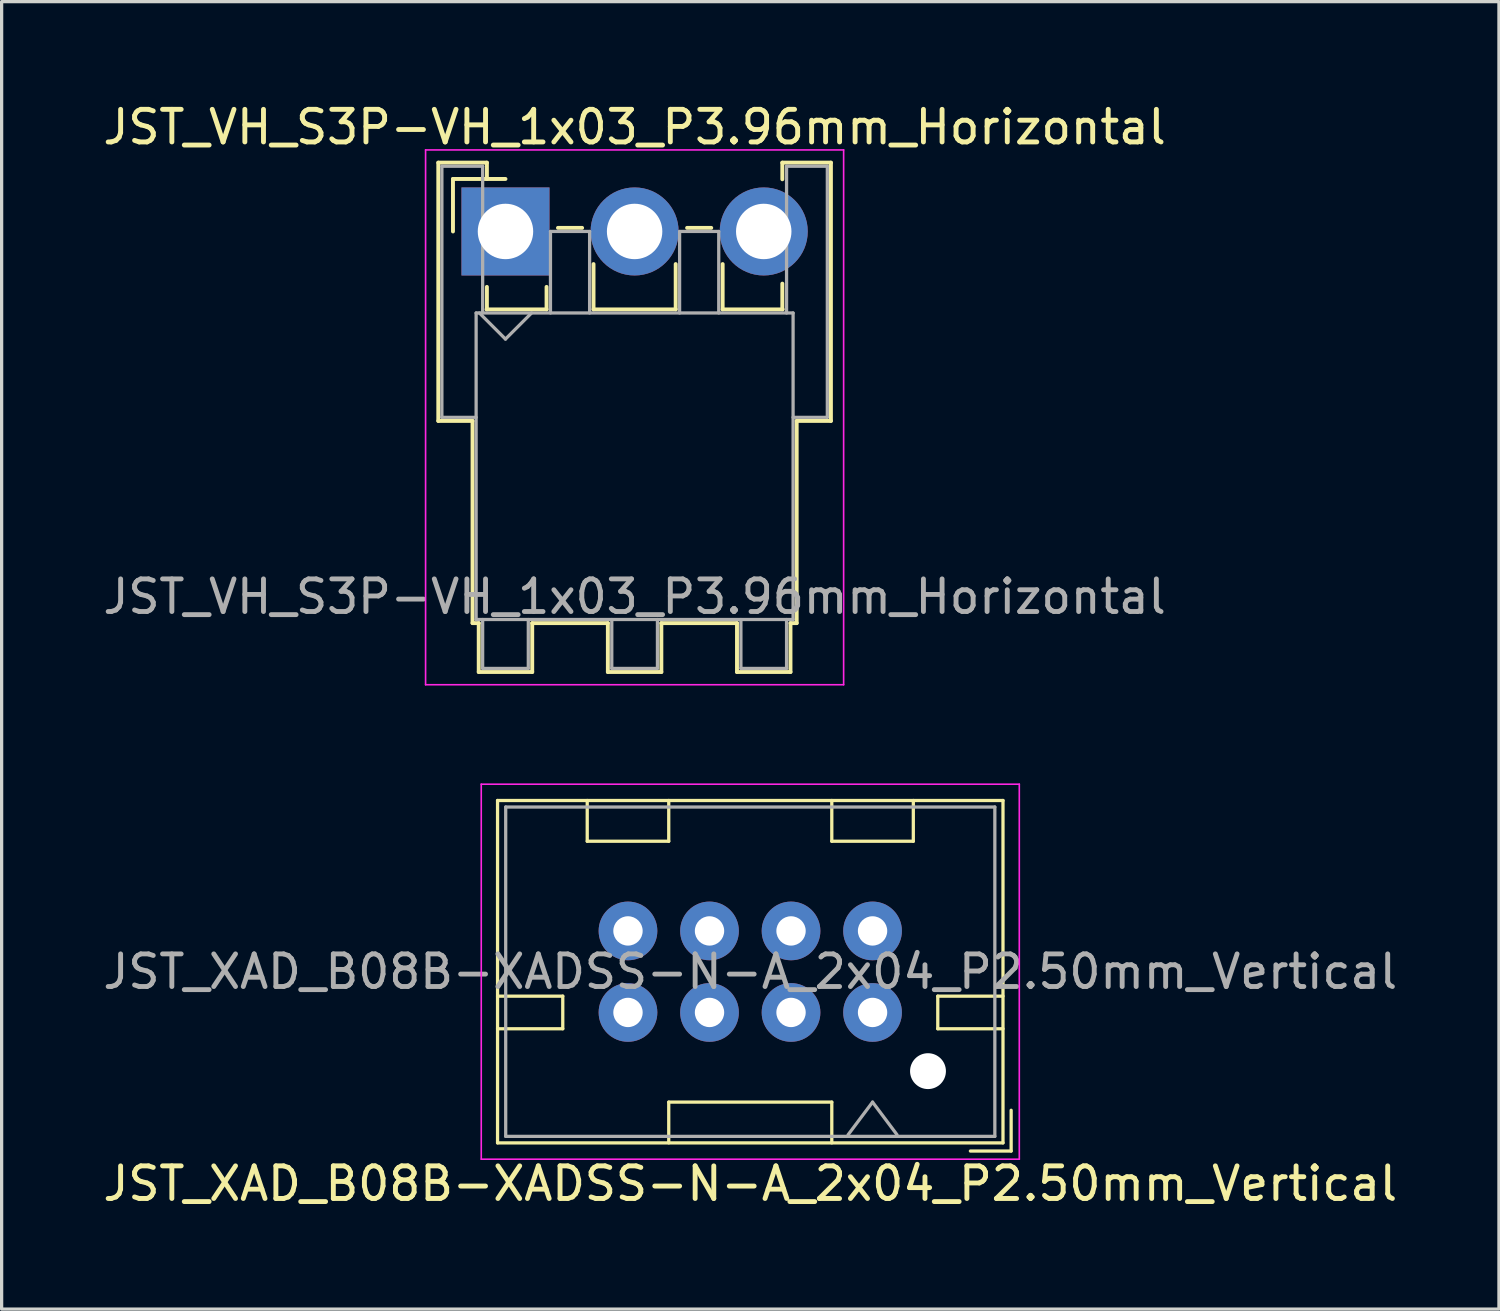
<source format=kicad_pcb>
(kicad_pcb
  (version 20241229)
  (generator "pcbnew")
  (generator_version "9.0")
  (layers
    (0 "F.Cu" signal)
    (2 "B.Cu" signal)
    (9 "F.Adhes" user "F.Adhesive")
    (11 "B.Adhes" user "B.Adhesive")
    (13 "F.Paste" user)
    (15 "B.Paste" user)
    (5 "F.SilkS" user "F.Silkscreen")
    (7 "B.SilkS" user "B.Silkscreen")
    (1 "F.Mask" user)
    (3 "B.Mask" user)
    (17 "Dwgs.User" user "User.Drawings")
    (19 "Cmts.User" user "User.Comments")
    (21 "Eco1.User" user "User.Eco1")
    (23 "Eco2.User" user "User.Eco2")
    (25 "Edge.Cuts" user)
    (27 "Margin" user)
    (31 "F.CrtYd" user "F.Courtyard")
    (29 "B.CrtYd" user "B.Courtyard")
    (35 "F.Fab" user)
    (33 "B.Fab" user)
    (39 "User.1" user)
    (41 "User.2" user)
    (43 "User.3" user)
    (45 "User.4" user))
  (footprint "JST_VH_S3P-VH_1x03_P3.96mm_Horizontal"
    (layer "F.Cu")
    (at 12.451 4.048)
    (property "Reference" "JST_VH_S3P-VH_1x03_P3.96mm_Horizontal" (at 3.96 -3.2 0) (layer "F.SilkS") (effects (font (size 1 1) (thickness 0.15))))
    (attr through_hole)
    (fp_line (start -2.06 -2.11) (end -0.57 -2.11) (stroke (width 0.12) (type solid)) (layer "F.SilkS"))
    (fp_line (start -2.06 5.81) (end -2.06 -2.11) (stroke (width 0.12) (type solid)) (layer "F.SilkS"))
    (fp_line (start -1.61 -1.61) (end -1.61 0) (stroke (width 0.12) (type solid)) (layer "F.SilkS"))
    (fp_line (start -1.01 5.81) (end -2.06 5.81) (stroke (width 0.12) (type solid)) (layer "F.SilkS"))
    (fp_line (start -1.01 5.81) (end -1.01 12.01) (stroke (width 0.12) (type solid)) (layer "F.SilkS"))
    (fp_line (start -1.01 12.01) (end -0.82 12.01) (stroke (width 0.12) (type solid)) (layer "F.SilkS"))
    (fp_line (start -0.82 12.01) (end -0.82 13.51) (stroke (width 0.12) (type solid)) (layer "F.SilkS"))
    (fp_line (start -0.82 13.51) (end 0.82 13.51) (stroke (width 0.12) (type solid)) (layer "F.SilkS"))
    (fp_line (start -0.58 2.39) (end 1.26 2.39) (stroke (width 0.12) (type solid)) (layer "F.SilkS"))
    (fp_line (start -0.57 -2.11) (end -0.57 -1.61) (stroke (width 0.12) (type solid)) (layer "F.SilkS"))
    (fp_line (start -0.57 1.7) (end -0.57 2.39) (stroke (width 0.12) (type solid)) (layer "F.SilkS"))
    (fp_line (start 0 -1.61) (end -1.61 -1.61) (stroke (width 0.12) (type solid)) (layer "F.SilkS"))
    (fp_line (start 0.82 12.01) (end 3.14 12.01) (stroke (width 0.12) (type solid)) (layer "F.SilkS"))
    (fp_line (start 0.82 13.51) (end 0.82 12.01) (stroke (width 0.12) (type solid)) (layer "F.SilkS"))
    (fp_line (start 1.26 2.39) (end 1.26 1.7) (stroke (width 0.12) (type solid)) (layer "F.SilkS"))
    (fp_line (start 1.61 -0.11) (end 2.35 -0.11) (stroke (width 0.12) (type solid)) (layer "F.SilkS"))
    (fp_line (start 2.7 1) (end 2.7 2.39) (stroke (width 0.12) (type solid)) (layer "F.SilkS"))
    (fp_line (start 2.7 2.39) (end 5.22 2.39) (stroke (width 0.12) (type solid)) (layer "F.SilkS"))
    (fp_line (start 3.14 12.01) (end 3.14 13.51) (stroke (width 0.12) (type solid)) (layer "F.SilkS"))
    (fp_line (start 3.14 13.51) (end 4.78 13.51) (stroke (width 0.12) (type solid)) (layer "F.SilkS"))
    (fp_line (start 4.78 12.01) (end 7.1 12.01) (stroke (width 0.12) (type solid)) (layer "F.SilkS"))
    (fp_line (start 4.78 13.51) (end 4.78 12.01) (stroke (width 0.12) (type solid)) (layer "F.SilkS"))
    (fp_line (start 5.22 2.39) (end 5.22 1) (stroke (width 0.12) (type solid)) (layer "F.SilkS"))
    (fp_line (start 5.57 -0.11) (end 6.31 -0.11) (stroke (width 0.12) (type solid)) (layer "F.SilkS"))
    (fp_line (start 6.66 1) (end 6.66 2.39) (stroke (width 0.12) (type solid)) (layer "F.SilkS"))
    (fp_line (start 6.66 2.39) (end 8.5 2.39) (stroke (width 0.12) (type solid)) (layer "F.SilkS"))
    (fp_line (start 7.1 12.01) (end 7.1 13.51) (stroke (width 0.12) (type solid)) (layer "F.SilkS"))
    (fp_line (start 7.1 13.51) (end 8.74 13.51) (stroke (width 0.12) (type solid)) (layer "F.SilkS"))
    (fp_line (start 8.49 -2.11) (end 9.98 -2.11) (stroke (width 0.12) (type solid)) (layer "F.SilkS"))
    (fp_line (start 8.49 -1.6) (end 8.49 -2.11) (stroke (width 0.12) (type solid)) (layer "F.SilkS"))
    (fp_line (start 8.49 2.39) (end 8.49 1.6) (stroke (width 0.12) (type solid)) (layer "F.SilkS"))
    (fp_line (start 8.74 12.01) (end 8.93 12.01) (stroke (width 0.12) (type solid)) (layer "F.SilkS"))
    (fp_line (start 8.74 13.51) (end 8.74 12.01) (stroke (width 0.12) (type solid)) (layer "F.SilkS"))
    (fp_line (start 8.93 12.01) (end 8.93 5.81) (stroke (width 0.12) (type solid)) (layer "F.SilkS"))
    (fp_line (start 9.98 -2.11) (end 9.98 5.81) (stroke (width 0.12) (type solid)) (layer "F.SilkS"))
    (fp_line (start 9.98 5.81) (end 8.93 5.81) (stroke (width 0.12) (type solid)) (layer "F.SilkS"))
    (fp_line (start -2.45 -2.5) (end -2.45 13.9) (stroke (width 0.05) (type solid)) (layer "F.CrtYd"))
    (fp_line (start -2.45 13.9) (end 10.37 13.9) (stroke (width 0.05) (type solid)) (layer "F.CrtYd"))
    (fp_line (start 10.37 -2.5) (end -2.45 -2.5) (stroke (width 0.05) (type solid)) (layer "F.CrtYd"))
    (fp_line (start 10.37 13.9) (end 10.37 -2.5) (stroke (width 0.05) (type solid)) (layer "F.CrtYd"))
    (fp_line (start -1.95 -2) (end -0.7 -2) (stroke (width 0.1) (type solid)) (layer "F.Fab"))
    (fp_line (start -1.95 5.7) (end -1.95 -2) (stroke (width 0.1) (type solid)) (layer "F.Fab"))
    (fp_line (start -0.9 2.5) (end -0.9 11.9) (stroke (width 0.1) (type solid)) (layer "F.Fab"))
    (fp_line (start -0.9 5.7) (end -1.95 5.7) (stroke (width 0.1) (type solid)) (layer "F.Fab"))
    (fp_line (start -0.9 11.9) (end 8.82 11.9) (stroke (width 0.1) (type solid)) (layer "F.Fab"))
    (fp_line (start -0.8 2.5) (end 0 3.3) (stroke (width 0.1) (type solid)) (layer "F.Fab"))
    (fp_line (start -0.7 -2) (end -0.7 2.5) (stroke (width 0.1) (type solid)) (layer "F.Fab"))
    (fp_line (start -0.7 11.9) (end -0.7 13.4) (stroke (width 0.1) (type solid)) (layer "F.Fab"))
    (fp_line (start -0.7 13.4) (end 0.7 13.4) (stroke (width 0.1) (type solid)) (layer "F.Fab"))
    (fp_line (start 0 3.3) (end 0.8 2.5) (stroke (width 0.1) (type solid)) (layer "F.Fab"))
    (fp_line (start 0.7 13.4) (end 0.7 11.9) (stroke (width 0.1) (type solid)) (layer "F.Fab"))
    (fp_line (start 1.38 0) (end 2.58 0) (stroke (width 0.1) (type solid)) (layer "F.Fab"))
    (fp_line (start 1.38 2.5) (end 1.38 0) (stroke (width 0.1) (type solid)) (layer "F.Fab"))
    (fp_line (start 2.58 0) (end 2.58 2.5) (stroke (width 0.1) (type solid)) (layer "F.Fab"))
    (fp_line (start 3.26 11.9) (end 3.26 13.4) (stroke (width 0.1) (type solid)) (layer "F.Fab"))
    (fp_line (start 3.26 13.4) (end 4.66 13.4) (stroke (width 0.1) (type solid)) (layer "F.Fab"))
    (fp_line (start 4.66 13.4) (end 4.66 11.9) (stroke (width 0.1) (type solid)) (layer "F.Fab"))
    (fp_line (start 5.34 0) (end 6.54 0) (stroke (width 0.1) (type solid)) (layer "F.Fab"))
    (fp_line (start 5.34 2.5) (end 5.34 0) (stroke (width 0.1) (type solid)) (layer "F.Fab"))
    (fp_line (start 6.54 0) (end 6.54 2.5) (stroke (width 0.1) (type solid)) (layer "F.Fab"))
    (fp_line (start 7.22 11.9) (end 7.22 13.4) (stroke (width 0.1) (type solid)) (layer "F.Fab"))
    (fp_line (start 7.22 13.4) (end 8.62 13.4) (stroke (width 0.1) (type solid)) (layer "F.Fab"))
    (fp_line (start 8.62 -2) (end 9.87 -2) (stroke (width 0.1) (type solid)) (layer "F.Fab"))
    (fp_line (start 8.62 2.5) (end 8.62 -2) (stroke (width 0.1) (type solid)) (layer "F.Fab"))
    (fp_line (start 8.62 13.4) (end 8.62 11.9) (stroke (width 0.1) (type solid)) (layer "F.Fab"))
    (fp_line (start 8.82 2.5) (end -0.9 2.5) (stroke (width 0.1) (type solid)) (layer "F.Fab"))
    (fp_line (start 8.82 11.9) (end 8.82 2.5) (stroke (width 0.1) (type solid)) (layer "F.Fab"))
    (fp_line (start 9.87 -2) (end 9.87 5.7) (stroke (width 0.1) (type solid)) (layer "F.Fab"))
    (fp_line (start 9.87 5.7) (end 8.82 5.7) (stroke (width 0.1) (type solid)) (layer "F.Fab"))
    (fp_text user "${REFERENCE}" (at 3.96 11.2 0) (layer "F.Fab") (effects (font (size 1 1) (thickness 0.15))))
    (pad "1" thru_hole rect (at 0 0) (size 2.7 2.7) (drill 1.7) (layers "*.Cu" "*.Mask"))
    (pad "2" thru_hole circle (at 3.96 0) (size 2.7 2.7) (drill 1.7) (layers "*.Cu" "*.Mask"))
    (pad "3" thru_hole circle (at 7.92 0) (size 2.7 2.7) (drill 1.7) (layers "*.Cu" "*.Mask")))
  (footprint "JST_XAD_B08B-XADSS-N-A_2x04_P2.50mm_Vertical"
    (layer "F.Cu")
    (at 23.708 27.998)
    (property "Reference" "JST_XAD_B08B-XADSS-N-A_2x04_P2.50mm_Vertical" (at -3.75 5.25 0) (layer "F.SilkS") (effects (font (size 1 1) (thickness 0.15))))
    (attr through_hole)
    (fp_line (start -11.5 -6.5) (end -11.5 4) (stroke (width 0.1) (type solid)) (layer "F.SilkS"))
    (fp_line (start -11.5 0.5) (end -9.5 0.5) (stroke (width 0.1) (type solid)) (layer "F.SilkS"))
    (fp_line (start -11.5 4) (end 4 4) (stroke (width 0.1) (type solid)) (layer "F.SilkS"))
    (fp_line (start -9.5 -0.5) (end -11.5 -0.5) (stroke (width 0.1) (type solid)) (layer "F.SilkS"))
    (fp_line (start -9.5 0.5) (end -9.5 -0.5) (stroke (width 0.1) (type solid)) (layer "F.SilkS"))
    (fp_line (start -8.75 -5.25) (end -8.75 -6.5) (stroke (width 0.1) (type solid)) (layer "F.SilkS"))
    (fp_line (start -6.25 -6.5) (end -6.25 -5.25) (stroke (width 0.1) (type solid)) (layer "F.SilkS"))
    (fp_line (start -6.25 -5.25) (end -8.75 -5.25) (stroke (width 0.1) (type solid)) (layer "F.SilkS"))
    (fp_line (start -6.25 2.75) (end -1.25 2.75) (stroke (width 0.1) (type solid)) (layer "F.SilkS"))
    (fp_line (start -6.25 4) (end -6.25 2.75) (stroke (width 0.1) (type solid)) (layer "F.SilkS"))
    (fp_line (start -1.25 -6.5) (end -1.25 -5.25) (stroke (width 0.1) (type solid)) (layer "F.SilkS"))
    (fp_line (start -1.25 -5.25) (end 1.25 -5.25) (stroke (width 0.1) (type solid)) (layer "F.SilkS"))
    (fp_line (start -1.25 2.75) (end -1.25 4) (stroke (width 0.1) (type solid)) (layer "F.SilkS"))
    (fp_line (start 1.25 -5.25) (end 1.25 -6.5) (stroke (width 0.1) (type solid)) (layer "F.SilkS"))
    (fp_line (start 2 -0.5) (end 4 -0.5) (stroke (width 0.1) (type solid)) (layer "F.SilkS"))
    (fp_line (start 2 0.5) (end 2 -0.5) (stroke (width 0.1) (type solid)) (layer "F.SilkS"))
    (fp_line (start 3 4.25) (end 4.25 4.25) (stroke (width 0.1) (type solid)) (layer "F.SilkS"))
    (fp_line (start 4 -6.5) (end -11.5 -6.5) (stroke (width 0.1) (type solid)) (layer "F.SilkS"))
    (fp_line (start 4 0.5) (end 2 0.5) (stroke (width 0.1) (type solid)) (layer "F.SilkS"))
    (fp_line (start 4 4) (end 4 -6.5) (stroke (width 0.1) (type solid)) (layer "F.SilkS"))
    (fp_line (start 4.25 4.25) (end 4.25 3) (stroke (width 0.1) (type solid)) (layer "F.SilkS"))
    (fp_line (start -12 -7) (end -12 4.5) (stroke (width 0.05) (type solid)) (layer "F.CrtYd"))
    (fp_line (start -12 4.5) (end 4.5 4.5) (stroke (width 0.05) (type solid)) (layer "F.CrtYd"))
    (fp_line (start 4.5 -7) (end -12 -7) (stroke (width 0.05) (type solid)) (layer "F.CrtYd"))
    (fp_line (start 4.5 4.5) (end 4.5 -7) (stroke (width 0.05) (type solid)) (layer "F.CrtYd"))
    (fp_line (start -11.25 -6.3) (end -11.25 3.8) (stroke (width 0.1) (type solid)) (layer "F.Fab"))
    (fp_line (start -11.25 3.8) (end 3.75 3.8) (stroke (width 0.1) (type solid)) (layer "F.Fab"))
    (fp_line (start 0 2.75) (end -0.75 3.75) (stroke (width 0.1) (type solid)) (layer "F.Fab"))
    (fp_line (start 0 2.75) (end 0.75 3.75) (stroke (width 0.1) (type solid)) (layer "F.Fab"))
    (fp_line (start 3.75 -6.3) (end -11.25 -6.3) (stroke (width 0.1) (type solid)) (layer "F.Fab"))
    (fp_line (start 3.75 3.8) (end 3.75 -6.3) (stroke (width 0.1) (type solid)) (layer "F.Fab"))
    (fp_text user "${REFERENCE}" (at -3.75 -1.25 0) (layer "F.Fab") (effects (font (size 1 1) (thickness 0.15))))
    (pad "" np_thru_hole circle (at 1.7 1.8 180) (size 1.1 1.1) (drill 1.1) (layers "*.Cu" "*.Mask"))
    (pad "1" thru_hole circle (at 0 0 180) (size 1.8 1.8) (drill 0.9) (layers "*.Cu" "*.Mask"))
    (pad "2" thru_hole circle (at 0 -2.5 180) (size 1.8 1.8) (drill 0.9) (layers "*.Cu" "*.Mask"))
    (pad "3" thru_hole circle (at -2.5 0 180) (size 1.8 1.8) (drill 0.9) (layers "*.Cu" "*.Mask"))
    (pad "4" thru_hole circle (at -2.5 -2.5 180) (size 1.8 1.8) (drill 0.9) (layers "*.Cu" "*.Mask"))
    (pad "5" thru_hole circle (at -5 0 180) (size 1.8 1.8) (drill 0.9) (layers "*.Cu" "*.Mask"))
    (pad "6" thru_hole circle (at -5 -2.5 180) (size 1.8 1.8) (drill 0.9) (layers "*.Cu" "*.Mask"))
    (pad "7" thru_hole circle (at -7.5 0 180) (size 1.8 1.8) (drill 0.9) (layers "*.Cu" "*.Mask"))
    (pad "8" thru_hole circle (at -7.5 -2.5 180) (size 1.8 1.8) (drill 0.9) (layers "*.Cu" "*.Mask")))
  (gr_rect
    (start -3 -3)
    (end 42.917 37.096)
    (stroke (width 0.1) (type default))
    (fill no)
    (layer "Edge.Cuts")))
</source>
